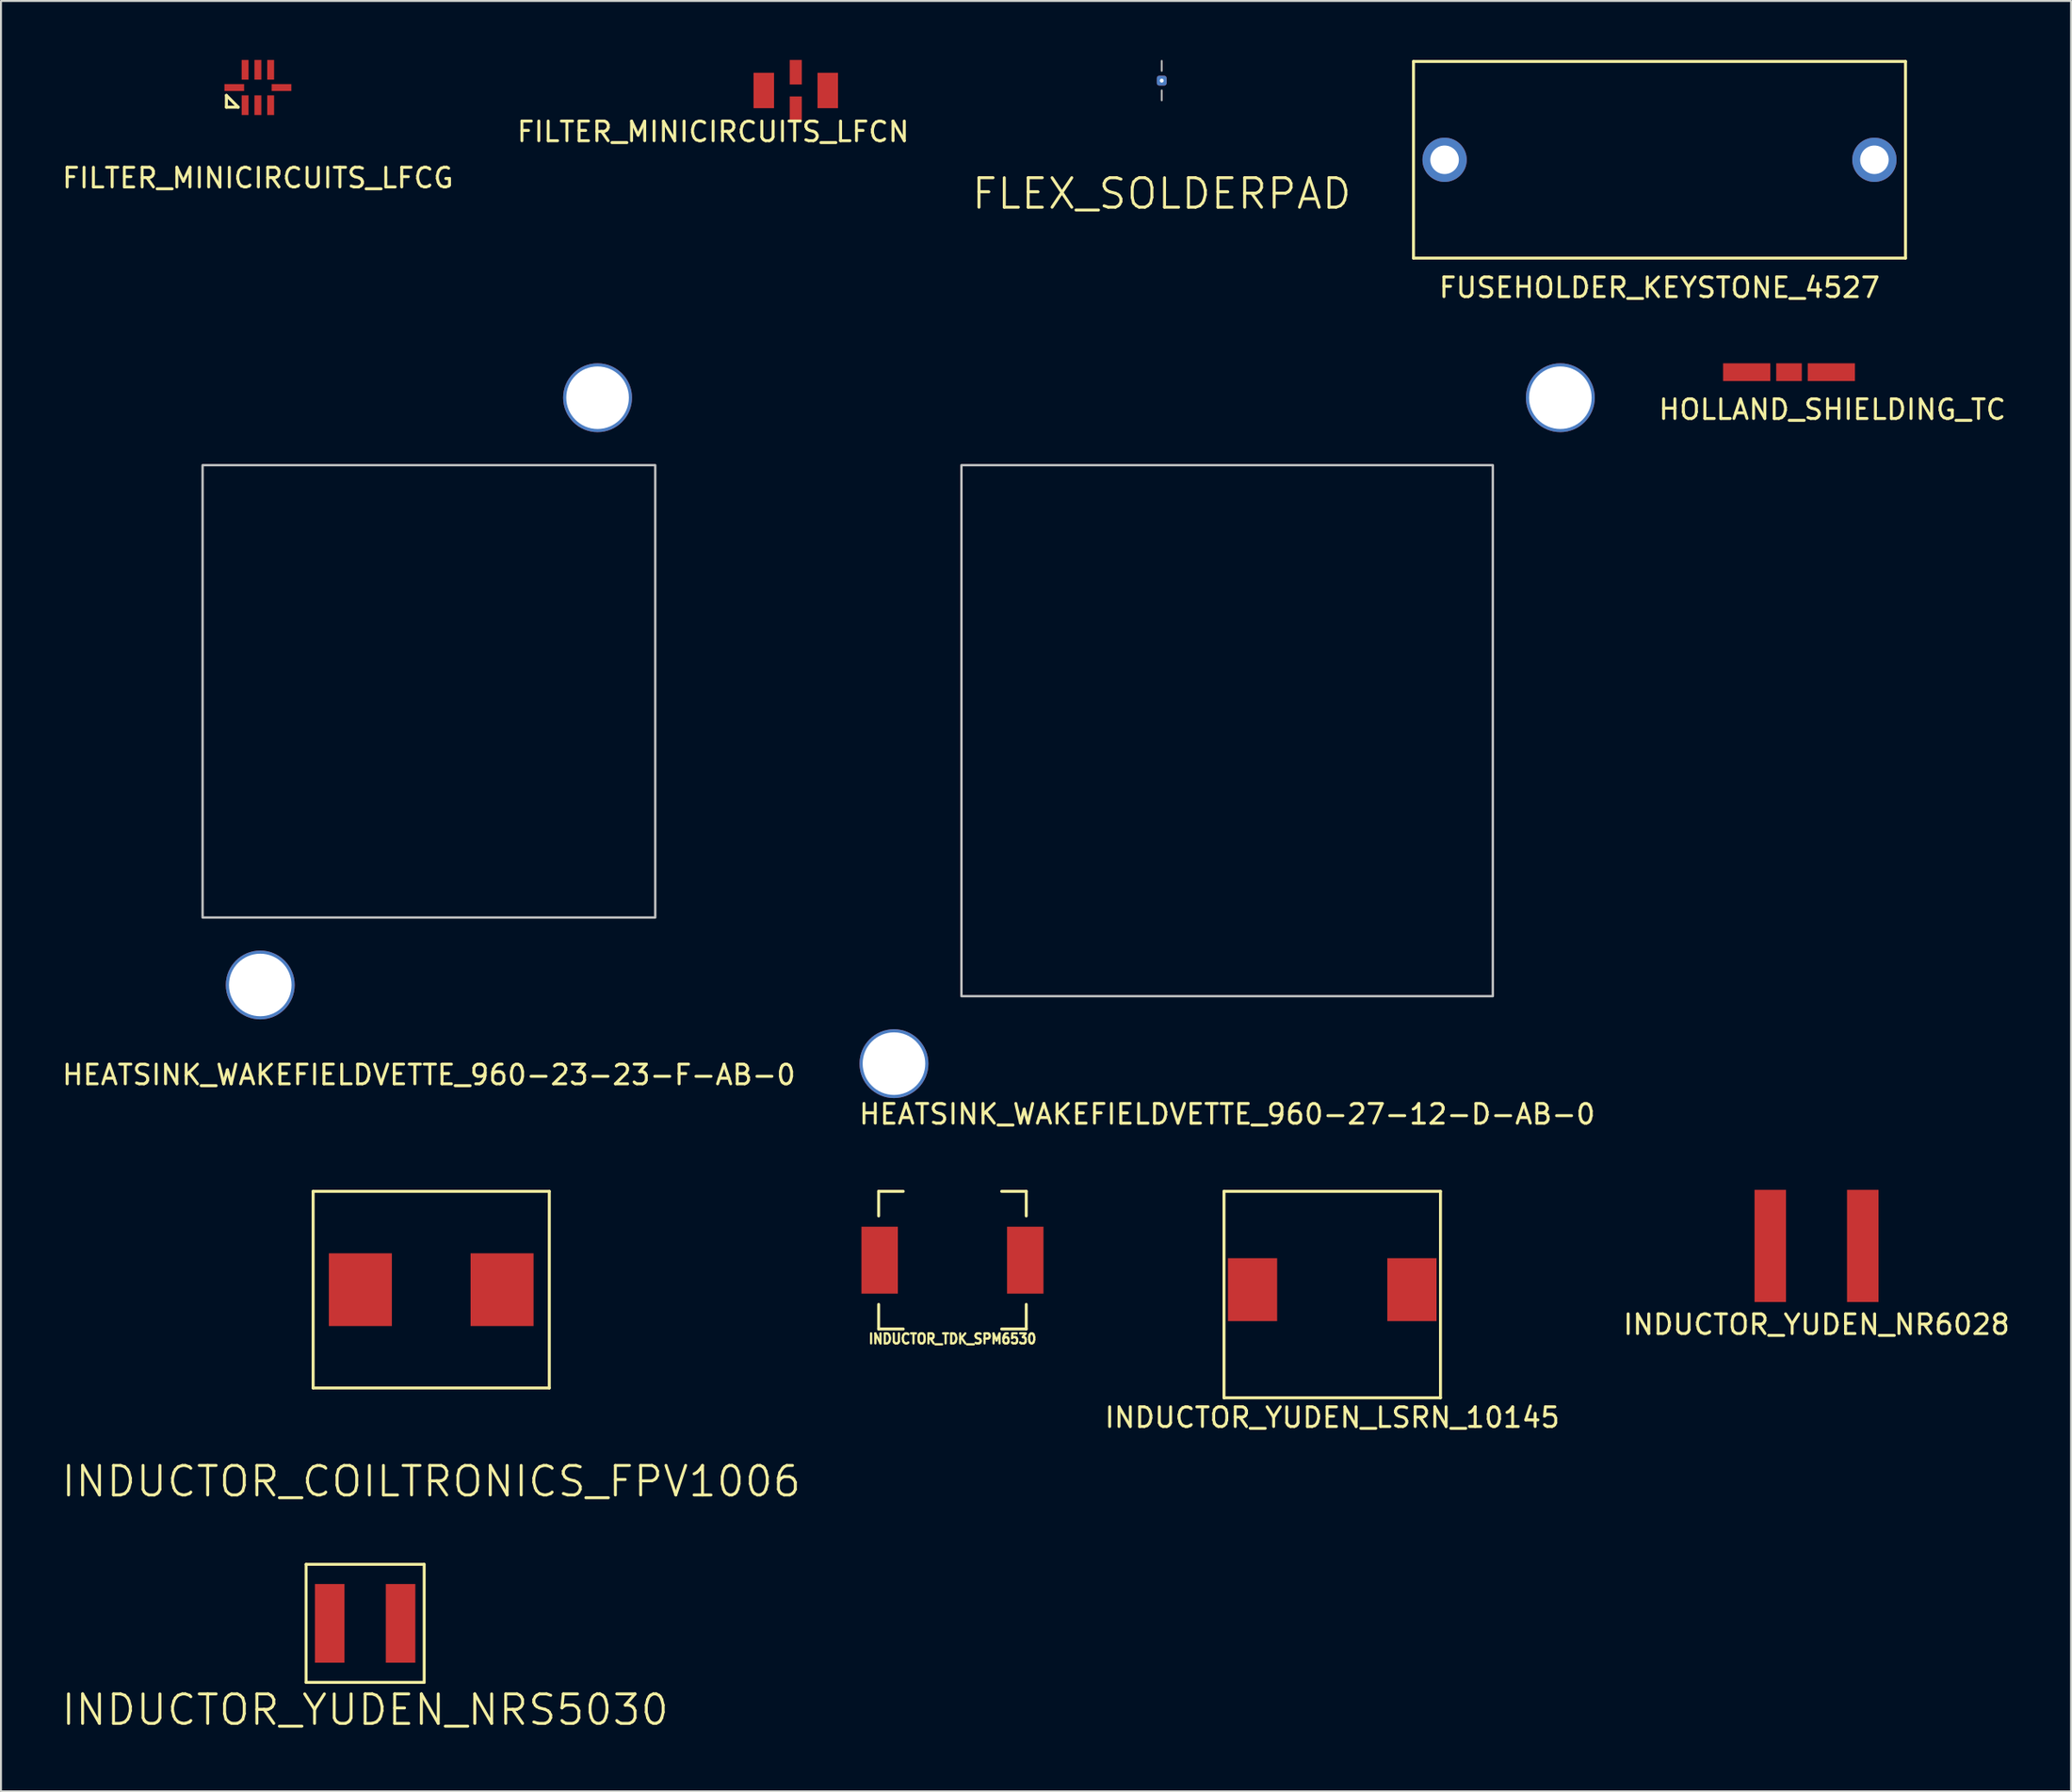
<source format=kicad_pcb>
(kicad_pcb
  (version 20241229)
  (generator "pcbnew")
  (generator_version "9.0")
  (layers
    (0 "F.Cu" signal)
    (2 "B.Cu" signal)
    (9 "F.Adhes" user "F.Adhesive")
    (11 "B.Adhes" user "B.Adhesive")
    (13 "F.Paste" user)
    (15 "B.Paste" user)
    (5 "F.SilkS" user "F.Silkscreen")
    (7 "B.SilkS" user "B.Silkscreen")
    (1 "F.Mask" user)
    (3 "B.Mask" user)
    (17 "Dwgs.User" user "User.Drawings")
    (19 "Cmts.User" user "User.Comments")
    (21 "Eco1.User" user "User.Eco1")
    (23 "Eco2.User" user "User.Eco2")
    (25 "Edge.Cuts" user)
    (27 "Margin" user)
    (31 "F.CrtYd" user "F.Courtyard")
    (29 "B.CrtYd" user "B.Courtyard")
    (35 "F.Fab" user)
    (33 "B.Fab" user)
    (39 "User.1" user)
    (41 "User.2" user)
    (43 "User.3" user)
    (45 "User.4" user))
  (footprint "INDUCTOR_COILTRONICS_FPV1006"
    (layer "F.Cu")
    (at 18.861 62.526)
    (property "Reference" "INDUCTOR_COILTRONICS_FPV1006" (at 0 9.75 0) (layer "F.SilkS") (effects (font (size 1.5 1.5) (thickness 0.15))))
    (attr through_hole)
    (fp_line (start -6 -5) (end 6 -5) (stroke (width 0.15) (type solid)) (layer "F.SilkS"))
    (fp_line (start -6 5) (end -6 -5) (stroke (width 0.15) (type solid)) (layer "F.SilkS"))
    (fp_line (start -6 5) (end 6 5) (stroke (width 0.15) (type solid)) (layer "F.SilkS"))
    (fp_line (start 6 -5) (end 6 5) (stroke (width 0.15) (type solid)) (layer "F.SilkS"))
    (pad "1" smd rect (at -3.6 0) (size 3.2 3.7) (layers "F.Cu" "F.Mask" "F.Paste"))
    (pad "2" smd rect (at 3.6 0) (size 3.2 3.7) (layers "F.Cu" "F.Mask" "F.Paste")))
  (footprint "HEATSINK_WAKEFIELDVETTE_960-23-23-F-AB-0"
    (layer "F.Cu")
    (at 18.744 32.103)
    (property "Reference" "HEATSINK_WAKEFIELDVETTE_960-23-23-F-AB-0" (at 0 19.5 0) (unlocked yes) (layer "F.SilkS") (effects (font (size 1 1) (thickness 0.15))))
    (fp_rect (start -11.5 -11.5) (end 11.5 11.5) (stroke (width 0.12) (type solid)) (fill no) (layer "Dwgs.User"))
    (pad "" np_thru_hole circle (at -8.57 14.93) (size 3.5 3.5) (drill 3.18) (layers "*.Cu" "*.Mask"))
    (pad "" np_thru_hole circle (at 8.57 -14.93) (size 3.5 3.5) (drill 3.18) (layers "*.Cu" "*.Mask")))
  (footprint "INDUCTOR_YUDEN_NR6028"
    (layer "F.Cu")
    (at 89.251 60.301)
    (property "Reference" "INDUCTOR_YUDEN_NR6028" (at 0 4 0) (layer "F.SilkS") (effects (font (size 1 1) (thickness 0.15))))
    (attr through_hole)
    (pad "1" smd rect (at -2.35 0) (size 1.6 5.7) (layers "F.Cu" "F.Mask" "F.Paste"))
    (pad "2" smd rect (at 2.35 0) (size 1.6 5.7) (layers "F.Cu" "F.Mask" "F.Paste")))
  (footprint "HOLLAND_SHIELDING_TC"
    (layer "F.Cu")
    (at 87.854 15.873)
    (property "Reference" "HOLLAND_SHIELDING_TC" (at 2.2 1.9 0) (layer "F.SilkS") (effects (font (size 1 1) (thickness 0.15))))
    (attr smd)
    (pad "1" smd rect (at -2.15 0) (size 2.4 0.9) (layers "F.Cu" "F.Mask" "F.Paste"))
    (pad "1" smd rect (at 0 0) (size 1.3 0.9) (layers "F.Cu" "F.Mask" "F.Paste"))
    (pad "1" smd rect (at 2.15 0) (size 2.4 0.9) (layers "F.Cu" "F.Mask" "F.Paste")))
  (footprint "INDUCTOR_YUDEN_LSRN_10145"
    (layer "F.Cu")
    (at 64.644 62.526)
    (property "Reference" "INDUCTOR_YUDEN_LSRN_10145" (at 0 6.5 0) (layer "F.SilkS") (effects (font (size 1 1) (thickness 0.15))))
    (attr through_hole)
    (fp_line (start -5.5 -5) (end -5.5 5.5) (stroke (width 0.15) (type solid)) (layer "F.SilkS"))
    (fp_line (start -5.5 5.5) (end 5.5 5.5) (stroke (width 0.15) (type solid)) (layer "F.SilkS"))
    (fp_line (start 5.5 -5) (end -5.5 -5) (stroke (width 0.15) (type solid)) (layer "F.SilkS"))
    (fp_line (start 5.5 5.5) (end 5.5 -5) (stroke (width 0.15) (type solid)) (layer "F.SilkS"))
    (pad "1" smd rect (at -4.05 0) (size 2.5 3.2) (layers "F.Cu" "F.Mask" "F.Paste"))
    (pad "2" smd rect (at 4.05 0) (size 2.5 3.2) (layers "F.Cu" "F.Mask" "F.Paste")))
  (footprint "FUSEHOLDER_KEYSTONE_4527"
    (layer "F.Cu")
    (at 81.273 5.075)
    (property "Reference" "FUSEHOLDER_KEYSTONE_4527" (at 0 6.5 0) (unlocked yes) (layer "F.SilkS") (effects (font (size 1 1) (thickness 0.15))))
    (attr through_hole)
    (fp_line (start -12.5 -5) (end -12.5 5) (stroke (width 0.15) (type solid)) (layer "F.SilkS"))
    (fp_line (start -12.5 5) (end 12.5 5) (stroke (width 0.15) (type solid)) (layer "F.SilkS"))
    (fp_line (start 12.5 -5) (end -12.5 -5) (stroke (width 0.15) (type solid)) (layer "F.SilkS"))
    (fp_line (start 12.5 5) (end 12.5 -5) (stroke (width 0.15) (type solid)) (layer "F.SilkS"))
    (pad "1" thru_hole circle (at -10.92 0) (size 2.25 2.25) (drill 1.45) (layers "*.Cu" "*.Mask"))
    (pad "2" thru_hole circle (at 10.92 0) (size 2.25 2.25) (drill 1.45) (layers "*.Cu" "*.Mask")))
  (footprint "FILTER_MINICIRCUITS_LFCG"
    (layer "F.Cu")
    (at 10.054 1.4)
    (property "Reference" "FILTER_MINICIRCUITS_LFCG" (at 0 4.6 0) (unlocked yes) (layer "F.SilkS") (effects (font (size 1 1) (thickness 0.15))))
    (attr smd)
    (fp_line (start -1.6 0.4) (end -1 1) (stroke (width 0.15) (type solid)) (layer "F.SilkS"))
    (fp_line (start -1.6 1) (end -1.6 0.4) (stroke (width 0.15) (type solid)) (layer "F.SilkS"))
    (fp_line (start -1 1) (end -1.6 1) (stroke (width 0.15) (type solid)) (layer "F.SilkS"))
    (pad "1" smd rect (at -0.65 0.9) (size 0.35 1) (layers "F.Cu" "F.Mask" "F.Paste"))
    (pad "2" smd rect (at 0 0.9) (size 0.35 1) (layers "F.Cu" "F.Mask" "F.Paste"))
    (pad "3" smd rect (at 0.65 0.9) (size 0.35 1) (layers "F.Cu" "F.Mask" "F.Paste"))
    (pad "4" smd rect (at 1.2 0 90) (size 0.35 1) (layers "F.Cu" "F.Mask" "F.Paste"))
    (pad "5" smd rect (at 0.65 -0.9) (size 0.35 1) (layers "F.Cu" "F.Mask" "F.Paste"))
    (pad "6" smd rect (at 0 -0.9) (size 0.35 1) (layers "F.Cu" "F.Mask" "F.Paste"))
    (pad "7" smd rect (at -0.65 -0.9) (size 0.35 1) (layers "F.Cu" "F.Mask" "F.Paste"))
    (pad "8" smd rect (at -1.2 0 90) (size 0.35 1) (layers "F.Cu" "F.Mask" "F.Paste")))
  (footprint "FLEX_SOLDERPAD"
    (layer "F.Cu")
    (at 55.98 1.05)
    (property "Reference" "FLEX_SOLDERPAD" (at 0 5.75 0) (layer "F.SilkS") (effects (font (size 1.5 1.5) (thickness 0.15))))
    (attr through_hole)
    (fp_line (start 0 -0.5) (end 0 -1) (stroke (width 0.1) (type solid)) (layer "F.Fab"))
    (fp_line (start 0 0.5) (end 0 1) (stroke (width 0.1) (type solid)) (layer "F.Fab"))
    (pad "1" thru_hole roundrect (at 0 0) (size 0.5 0.5) (drill 0.2) (layers "*.Cu" "*.Mask") (roundrect_rratio 0.25)))
  (footprint "INDUCTOR_YUDEN_NRS5030"
    (layer "F.Cu")
    (at 15.504 79.492)
    (property "Reference" "INDUCTOR_YUDEN_NRS5030" (at 0 4.4 0) (layer "F.SilkS") (effects (font (size 1.5 1.5) (thickness 0.15))))
    (attr through_hole)
    (fp_line (start -3 -3) (end 3 -3) (stroke (width 0.15) (type solid)) (layer "F.SilkS"))
    (fp_line (start -3 3) (end -3 -3) (stroke (width 0.15) (type solid)) (layer "F.SilkS"))
    (fp_line (start 3 -3) (end 3 3) (stroke (width 0.15) (type solid)) (layer "F.SilkS"))
    (fp_line (start 3 3) (end -3 3) (stroke (width 0.15) (type solid)) (layer "F.SilkS"))
    (pad "1" smd rect (at -1.8 0) (size 1.5 4) (layers "F.Cu" "F.Mask" "F.Paste"))
    (pad "2" smd rect (at 1.8 0) (size 1.5 4) (layers "F.Cu" "F.Mask" "F.Paste")))
  (footprint "INDUCTOR_TDK_SPM6530"
    (layer "F.Cu")
    (at 45.346 61.026)
    (property "Reference" "INDUCTOR_TDK_SPM6530" (at 0 4 0) (layer "F.SilkS") (effects (font (size 0.508 0.457) (thickness 0.114))))
    (attr through_hole)
    (fp_line (start -3.75 -3.5) (end -2.5 -3.5) (stroke (width 0.15) (type solid)) (layer "F.SilkS"))
    (fp_line (start -3.75 -2.25) (end -3.75 -3.5) (stroke (width 0.15) (type solid)) (layer "F.SilkS"))
    (fp_line (start -3.75 2.25) (end -3.75 3.5) (stroke (width 0.15) (type solid)) (layer "F.SilkS"))
    (fp_line (start -3.75 3.5) (end -2.5 3.5) (stroke (width 0.15) (type solid)) (layer "F.SilkS"))
    (fp_line (start 3.75 -3.5) (end 2.5 -3.5) (stroke (width 0.15) (type solid)) (layer "F.SilkS"))
    (fp_line (start 3.75 -2.25) (end 3.75 -3.5) (stroke (width 0.15) (type solid)) (layer "F.SilkS"))
    (fp_line (start 3.75 2.25) (end 3.75 3.5) (stroke (width 0.15) (type solid)) (layer "F.SilkS"))
    (fp_line (start 3.75 3.5) (end 2.5 3.5) (stroke (width 0.15) (type solid)) (layer "F.SilkS"))
    (pad "1" smd rect (at -3.7 0) (size 1.85 3.4) (layers "F.Cu" "F.Mask" "F.Paste"))
    (pad "2" smd rect (at 3.7 0) (size 1.85 3.4) (layers "F.Cu" "F.Mask" "F.Paste")))
  (footprint "HEATSINK_WAKEFIELDVETTE_960-27-12-D-AB-0"
    (layer "F.Cu")
    (at 59.304 34.103)
    (property "Reference" "HEATSINK_WAKEFIELDVETTE_960-27-12-D-AB-0" (at 0 19.5 0) (unlocked yes) (layer "F.SilkS") (effects (font (size 1 1) (thickness 0.15))))
    (fp_rect (start -13.5 -13.5) (end 13.5 13.5) (stroke (width 0.12) (type solid)) (fill no) (layer "Dwgs.User"))
    (pad "" np_thru_hole circle (at -16.93 16.93) (size 3.5 3.5) (drill 3.18) (layers "*.Cu" "*.Mask"))
    (pad "" np_thru_hole circle (at 16.93 -16.93) (size 3.5 3.5) (drill 3.18) (layers "*.Cu" "*.Mask")))
  (footprint "FILTER_MINICIRCUITS_LFCN"
    (layer "F.Cu")
    (at 37.385 1.55)
    (property "Reference" "FILTER_MINICIRCUITS_LFCN" (at -4.2 2.1 0) (layer "F.SilkS") (effects (font (size 1 1) (thickness 0.15))))
    (attr through_hole)
    (pad "1" smd rect (at -1.625 0) (size 1.04 1.8) (layers "F.Cu" "F.Mask" "F.Paste"))
    (pad "2" smd rect (at 0 -0.928) (size 0.61 1.245) (layers "F.Cu" "F.Mask" "F.Paste"))
    (pad "3" smd rect (at 1.625 0) (size 1.04 1.8) (layers "F.Cu" "F.Mask" "F.Paste"))
    (pad "4" smd rect (at 0 0.928) (size 0.61 1.245) (layers "F.Cu" "F.Mask" "F.Paste")))
  (gr_rect
    (start -3 -3)
    (end 102.186 88.033)
    (stroke (width 0.1) (type default))
    (fill no)
    (layer "Edge.Cuts")))
</source>
